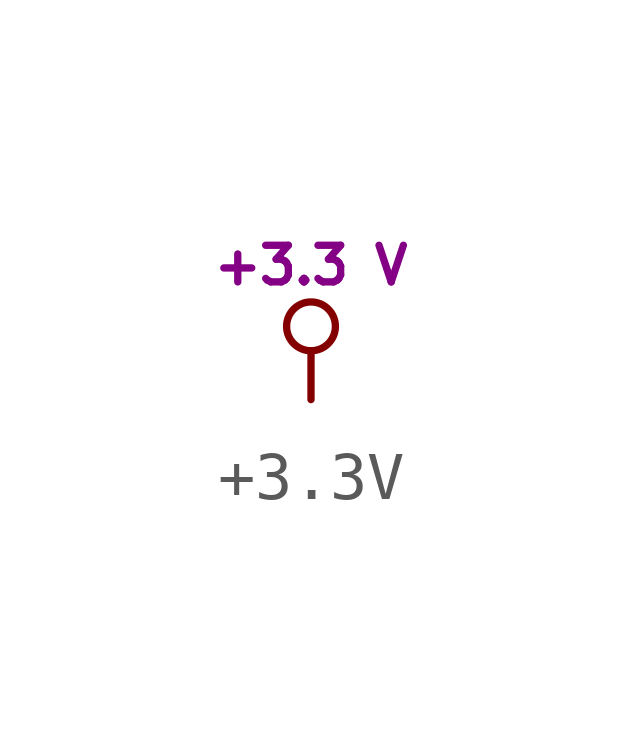
<source format=kicad_sym>
(kicad_symbol_lib
  (version 20211014)
  (generator kicad_symbol_editor)
  (symbol "+3.3V"
    (power)
    (pin_numbers hide)
    (pin_names
      (offset 0))
    (property "Reference" "#PWR"
      (at 0 3.556 0)
      (effects (font (size 0.508 0.508)) hide))
    (property "Footprint" ""
      (at 0 0 0)
      (effects (font (size 1.524 1.524))))
    (property "Datasheet" ""
      (at 0 3.556 0)
      (effects (font (size 1.524 1.524))))
    (property "Unit" "+3.3 V"
      (at 0 2.794 0)
      (effects (font (size 0.762 0.762))))
    (symbol "+3.3V_0_0"
      (polyline (pts (xy 0 0) (xy 0 1.016) (xy 0 1.016)) (stroke (width 0) (type default) (color 0 0 0 0)) (fill (type none)))
      (pin power_in line (at 0 0 90) (length 0) hide (name "+3.3V" (effects (font (size 0.635 0.635)))) (number "1" (effects (font (size 0.635 0.635))))))
    (symbol "+3.3V_0_1"
      (circle (center 0 1.524) (radius 0.508) (stroke (width 0) (type default) (color 0 0 0 0)) (fill (type none))))))
</source>
